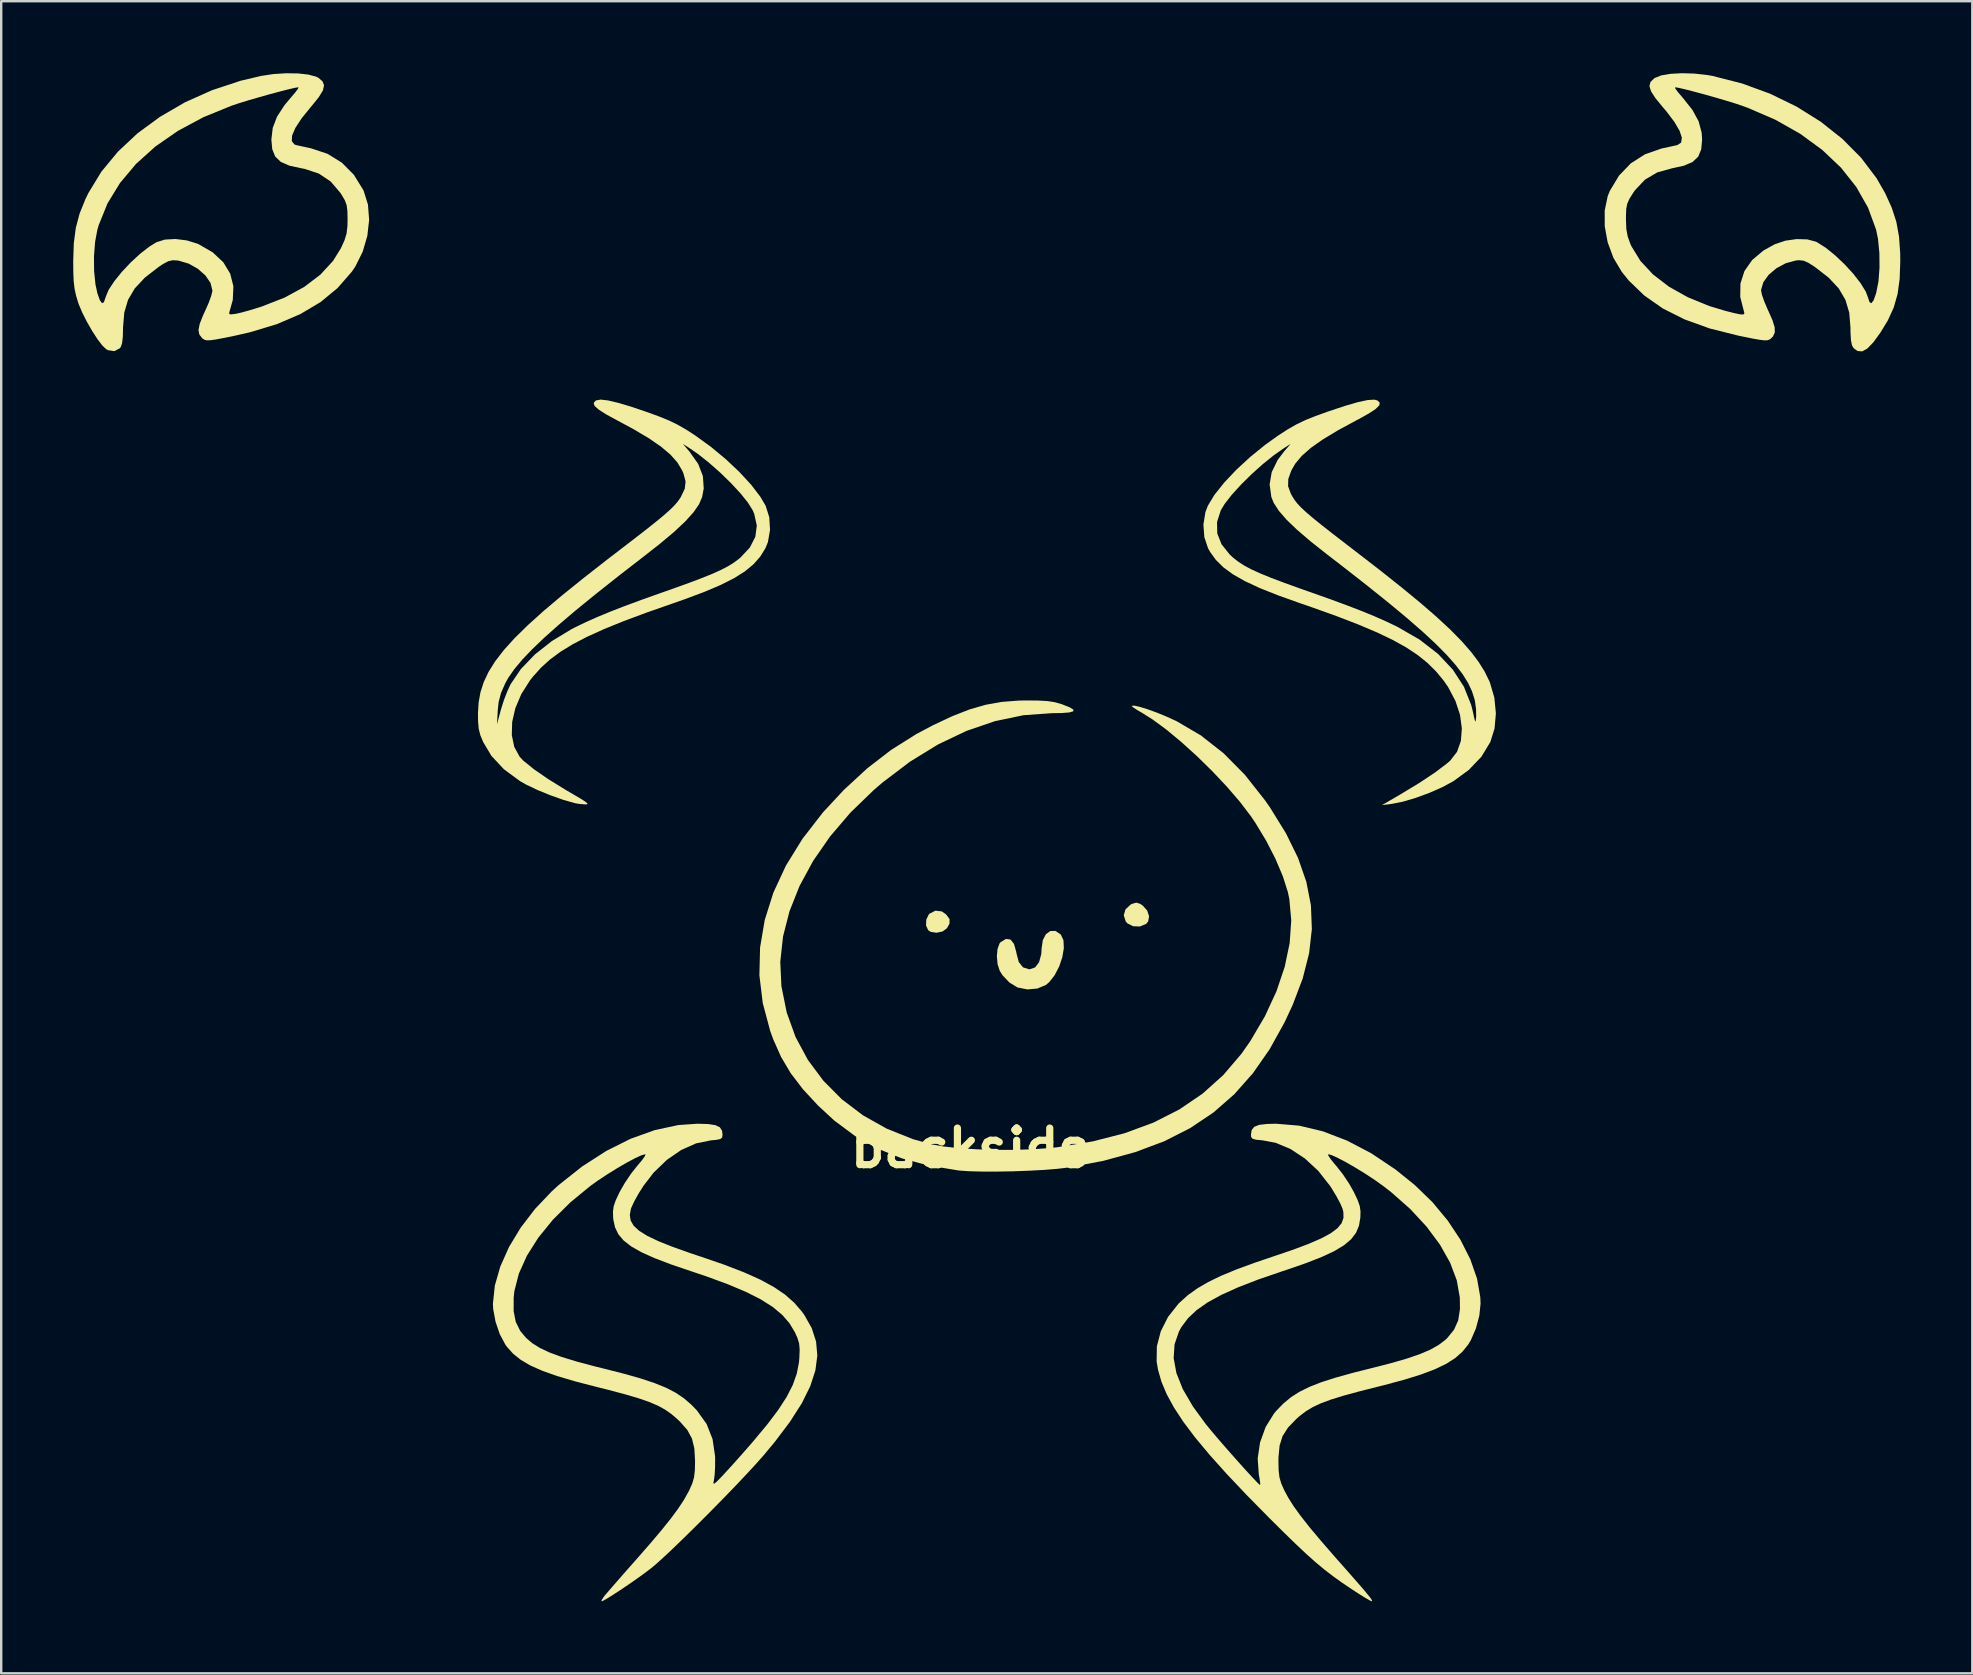
<source format=kicad_pcb>
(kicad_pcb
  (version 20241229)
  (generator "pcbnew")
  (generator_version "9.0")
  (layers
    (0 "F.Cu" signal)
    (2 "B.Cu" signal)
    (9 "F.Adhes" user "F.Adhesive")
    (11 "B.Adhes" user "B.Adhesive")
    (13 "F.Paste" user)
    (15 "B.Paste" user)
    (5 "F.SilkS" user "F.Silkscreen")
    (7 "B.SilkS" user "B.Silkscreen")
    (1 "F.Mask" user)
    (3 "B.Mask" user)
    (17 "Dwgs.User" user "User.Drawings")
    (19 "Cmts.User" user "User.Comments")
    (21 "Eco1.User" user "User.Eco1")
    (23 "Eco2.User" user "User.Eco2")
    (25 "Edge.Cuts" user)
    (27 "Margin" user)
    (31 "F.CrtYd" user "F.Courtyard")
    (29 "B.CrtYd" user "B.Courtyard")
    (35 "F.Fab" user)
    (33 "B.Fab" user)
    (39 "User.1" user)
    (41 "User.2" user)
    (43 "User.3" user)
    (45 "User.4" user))
  (footprint "backside"
    (layer "F.Cu")
    (at 37.38 44.78)
    (property "Reference" "backside" (at 0 0 0) (layer "F.SilkS") (effects (font (size 1.524 1.524) (thickness 0.3))))
    (attr board_only exclude_from_pos_files exclude_from_bom)
    (fp_poly (pts (xy -1.196 -9.861) (xy -1.016 -9.737) (xy -0.872 -9.541) (xy -0.874 -9.351) (xy -0.978 -9.163) (xy -1.161 -9.026) (xy -1.412 -8.972) (xy -1.653 -9.008) (xy -1.761 -9.076) (xy -1.851 -9.271) (xy -1.842 -9.517) (xy -1.74 -9.732) (xy -1.708 -9.766) (xy -1.459 -9.892)) (stroke (width 0) (type solid)) (fill yes) (layer "F.SilkS"))
    (fp_poly (pts (xy 7.07 -10.176) (xy 7.178 -10.103) (xy 7.362 -9.896) (xy 7.44 -9.658) (xy 7.402 -9.441) (xy 7.315 -9.339) (xy 7.054 -9.232) (xy 6.772 -9.244) (xy 6.536 -9.364) (xy 6.467 -9.444) (xy 6.385 -9.7) (xy 6.457 -9.946) (xy 6.667 -10.142) (xy 6.732 -10.176) (xy 6.91 -10.227)) (stroke (width 0) (type solid)) (fill yes) (layer "F.SilkS"))
    (fp_poly (pts (xy 3.756 -8.902) (xy 3.767 -8.891) (xy 3.874 -8.657) (xy 3.889 -8.33) (xy 3.825 -7.951) (xy 3.693 -7.561) (xy 3.505 -7.2) (xy 3.275 -6.908) (xy 3.136 -6.795) (xy 2.783 -6.647) (xy 2.369 -6.611) (xy 1.966 -6.692) (xy 1.947 -6.699) (xy 1.619 -6.901) (xy 1.331 -7.205) (xy 1.22 -7.383) (xy 1.13 -7.658) (xy 1.099 -7.982) (xy 1.126 -8.291) (xy 1.209 -8.524) (xy 1.256 -8.581) (xy 1.48 -8.715) (xy 1.669 -8.688) (xy 1.813 -8.505) (xy 1.907 -8.171) (xy 1.915 -8.118) (xy 2.012 -7.751) (xy 2.186 -7.531) (xy 2.442 -7.451) (xy 2.466 -7.451) (xy 2.693 -7.528) (xy 2.858 -7.746) (xy 2.949 -8.083) (xy 2.963 -8.317) (xy 3.012 -8.661) (xy 3.14 -8.909) (xy 3.324 -9.044) (xy 3.538 -9.048)) (stroke (width 0) (type solid)) (fill yes) (layer "F.SilkS"))
    (fp_poly (pts (xy 2.831 -18.645) (xy 3.21 -18.623) (xy 3.509 -18.577) (xy 3.772 -18.504) (xy 3.804 -18.493) (xy 4.122 -18.368) (xy 4.283 -18.271) (xy 4.284 -18.199) (xy 4.123 -18.151) (xy 3.798 -18.125) (xy 3.39 -18.119) (xy 2.21 -18.035) (xy 1.02 -17.787) (xy -0.172 -17.379) (xy -1.357 -16.814) (xy -2.525 -16.096) (xy -3.668 -15.228) (xy -4.025 -14.922) (xy -5.001 -13.978) (xy -5.845 -12.989) (xy -6.554 -11.967) (xy -7.121 -10.922) (xy -7.541 -9.865) (xy -7.811 -8.807) (xy -7.924 -7.758) (xy -7.877 -6.747) (xy -7.657 -5.654) (xy -7.287 -4.627) (xy -6.774 -3.675) (xy -6.129 -2.808) (xy -5.36 -2.034) (xy -4.477 -1.365) (xy -3.488 -0.809) (xy -2.403 -0.375) (xy -1.614 -0.155) (xy -1.107 -0.066) (xy -0.471 0.003) (xy 0.257 0.049) (xy 1.037 0.073) (xy 1.832 0.073) (xy 2.602 0.048) (xy 3.31 -0.003) (xy 3.638 -0.039) (xy 5.099 -0.281) (xy 6.426 -0.622) (xy 7.626 -1.065) (xy 8.705 -1.613) (xy 9.67 -2.27) (xy 10.529 -3.041) (xy 11.286 -3.927) (xy 11.658 -4.459) (xy 12.268 -5.497) (xy 12.747 -6.533) (xy 13.091 -7.554) (xy 13.298 -8.545) (xy 13.363 -9.491) (xy 13.283 -10.377) (xy 13.221 -10.669) (xy 13.013 -11.324) (xy 12.705 -12.051) (xy 12.32 -12.802) (xy 11.88 -13.532) (xy 11.67 -13.843) (xy 11.219 -14.433) (xy 10.679 -15.06) (xy 10.076 -15.7) (xy 9.439 -16.325) (xy 8.793 -16.91) (xy 8.168 -17.429) (xy 7.589 -17.856) (xy 7.172 -18.118) (xy 6.929 -18.261) (xy 6.764 -18.371) (xy 6.712 -18.424) (xy 6.712 -18.424) (xy 6.825 -18.433) (xy 7.06 -18.381) (xy 7.382 -18.281) (xy 7.76 -18.144) (xy 8.16 -17.98) (xy 8.551 -17.802) (xy 8.594 -17.781) (xy 9.597 -17.193) (xy 10.543 -16.45) (xy 11.434 -15.549) (xy 12.27 -14.489) (xy 12.483 -14.182) (xy 13.143 -13.114) (xy 13.645 -12.091) (xy 13.991 -11.095) (xy 14.183 -10.112) (xy 14.221 -9.124) (xy 14.107 -8.116) (xy 13.841 -7.07) (xy 13.424 -5.97) (xy 13.085 -5.241) (xy 12.46 -4.115) (xy 11.765 -3.118) (xy 10.989 -2.243) (xy 10.122 -1.484) (xy 9.154 -0.835) (xy 8.075 -0.287) (xy 6.874 0.164) (xy 5.542 0.528) (xy 4.068 0.809) (xy 4.067 0.809) (xy 3.631 0.862) (xy 3.077 0.907) (xy 2.446 0.941) (xy 1.776 0.966) (xy 1.11 0.978) (xy 0.487 0.977) (xy -0.053 0.963) (xy -0.469 0.934) (xy -0.508 0.929) (xy -1.749 0.725) (xy -2.865 0.425) (xy -3.878 0.018) (xy -4.81 -0.505) (xy -5.68 -1.153) (xy -6.35 -1.773) (xy -6.984 -2.458) (xy -7.489 -3.12) (xy -7.893 -3.802) (xy -8.222 -4.544) (xy -8.346 -4.888) (xy -8.654 -6.044) (xy -8.794 -7.2) (xy -8.766 -8.354) (xy -8.572 -9.502) (xy -8.212 -10.643) (xy -7.687 -11.772) (xy -6.999 -12.886) (xy -6.148 -13.984) (xy -5.271 -14.927) (xy -4.297 -15.825) (xy -3.307 -16.588) (xy -2.258 -17.248) (xy -1.566 -17.615) (xy -0.758 -17.994) (xy -0.038 -18.276) (xy 0.636 -18.47) (xy 1.305 -18.589) (xy 2.012 -18.644) (xy 2.328 -18.65)) (stroke (width 0) (type solid)) (fill yes) (layer "F.SilkS"))
    (fp_poly (pts (xy 16.948 -31.149) (xy 17.048 -31.058) (xy 17.031 -30.944) (xy 16.886 -30.797) (xy 16.605 -30.61) (xy 16.178 -30.372) (xy 16.073 -30.317) (xy 15.299 -29.898) (xy 14.672 -29.519) (xy 14.177 -29.17) (xy 13.801 -28.838) (xy 13.529 -28.513) (xy 13.369 -28.236) (xy 13.24 -27.879) (xy 13.231 -27.576) (xy 13.347 -27.259) (xy 13.415 -27.136) (xy 13.508 -26.992) (xy 13.626 -26.842) (xy 13.784 -26.676) (xy 13.997 -26.479) (xy 14.278 -26.24) (xy 14.644 -25.944) (xy 15.109 -25.579) (xy 15.689 -25.132) (xy 16.002 -24.892) (xy 17.045 -24.086) (xy 17.956 -23.363) (xy 18.744 -22.714) (xy 19.418 -22.13) (xy 19.989 -21.601) (xy 20.464 -21.118) (xy 20.855 -20.671) (xy 21.17 -20.253) (xy 21.42 -19.852) (xy 21.612 -19.461) (xy 21.642 -19.389) (xy 21.824 -18.766) (xy 21.888 -18.114) (xy 21.833 -17.483) (xy 21.658 -16.921) (xy 21.657 -16.919) (xy 21.283 -16.303) (xy 20.753 -15.75) (xy 20.117 -15.286) (xy 19.664 -15.04) (xy 19.121 -14.801) (xy 18.546 -14.59) (xy 18 -14.429) (xy 17.554 -14.341) (xy 17.145 -14.291) (xy 17.907 -14.734) (xy 18.691 -15.209) (xy 19.336 -15.636) (xy 19.834 -16.012) (xy 19.987 -16.144) (xy 20.269 -16.508) (xy 20.43 -16.964) (xy 20.47 -17.487) (xy 20.393 -18.053) (xy 20.2 -18.637) (xy 19.893 -19.215) (xy 19.706 -19.484) (xy 19.393 -19.861) (xy 19.04 -20.211) (xy 18.632 -20.54) (xy 18.155 -20.857) (xy 17.594 -21.169) (xy 16.933 -21.485) (xy 16.159 -21.813) (xy 15.256 -22.161) (xy 14.209 -22.536) (xy 13.716 -22.706) (xy 12.811 -23.029) (xy 12.056 -23.33) (xy 11.436 -23.618) (xy 10.935 -23.903) (xy 10.536 -24.195) (xy 10.224 -24.503) (xy 9.983 -24.836) (xy 9.896 -24.992) (xy 9.741 -25.457) (xy 9.704 -25.979) (xy 9.721 -26.082) (xy 10.271 -26.082) (xy 10.281 -25.608) (xy 10.459 -25.155) (xy 10.803 -24.725) (xy 10.94 -24.599) (xy 11.151 -24.433) (xy 11.393 -24.276) (xy 11.687 -24.117) (xy 12.054 -23.949) (xy 12.513 -23.761) (xy 13.086 -23.545) (xy 13.794 -23.29) (xy 14.055 -23.198) (xy 14.924 -22.89) (xy 15.657 -22.621) (xy 16.279 -22.382) (xy 16.816 -22.162) (xy 17.293 -21.952) (xy 17.735 -21.741) (xy 17.808 -21.705) (xy 18.715 -21.18) (xy 19.479 -20.588) (xy 20.094 -19.933) (xy 20.556 -19.221) (xy 20.861 -18.457) (xy 20.931 -18.174) (xy 20.99 -17.898) (xy 21.025 -17.775) (xy 21.046 -17.79) (xy 21.062 -17.932) (xy 21.067 -17.986) (xy 21.062 -18.286) (xy 21.016 -18.621) (xy 20.997 -18.706) (xy 20.89 -19.039) (xy 20.728 -19.381) (xy 20.504 -19.742) (xy 20.209 -20.129) (xy 19.836 -20.551) (xy 19.376 -21.015) (xy 18.82 -21.529) (xy 18.161 -22.102) (xy 17.391 -22.741) (xy 16.501 -23.454) (xy 15.483 -24.25) (xy 14.883 -24.712) (xy 14.174 -25.272) (xy 13.604 -25.76) (xy 13.163 -26.184) (xy 12.842 -26.555) (xy 12.631 -26.882) (xy 12.534 -27.123) (xy 12.462 -27.651) (xy 12.549 -28.163) (xy 12.799 -28.671) (xy 13.061 -29.017) (xy 13.335 -29.335) (xy 13.081 -29.175) (xy 12.644 -28.87) (xy 12.177 -28.494) (xy 11.71 -28.075) (xy 11.271 -27.641) (xy 10.888 -27.221) (xy 10.593 -26.843) (xy 10.429 -26.574) (xy 10.271 -26.082) (xy 9.721 -26.082) (xy 9.786 -26.492) (xy 9.888 -26.759) (xy 10.162 -27.213) (xy 10.564 -27.718) (xy 11.066 -28.251) (xy 11.645 -28.786) (xy 12.276 -29.298) (xy 12.827 -29.692) (xy 13.217 -29.944) (xy 13.572 -30.147) (xy 13.942 -30.324) (xy 14.376 -30.499) (xy 14.904 -30.689) (xy 15.594 -30.919) (xy 16.138 -31.077) (xy 16.545 -31.163) (xy 16.822 -31.181)) (stroke (width 0) (type solid)) (fill yes) (layer "F.SilkS"))
    (fp_poly (pts (xy -15.1 -31.148) (xy -14.66 -31.044) (xy -14.079 -30.868) (xy -13.55 -30.689) (xy -13.005 -30.493) (xy -12.574 -30.318) (xy -12.206 -30.14) (xy -11.851 -29.937) (xy -11.472 -29.692) (xy -10.817 -29.218) (xy -10.193 -28.7) (xy -9.624 -28.164) (xy -9.136 -27.634) (xy -8.754 -27.135) (xy -8.533 -26.759) (xy -8.382 -26.28) (xy -8.351 -25.756) (xy -8.438 -25.25) (xy -8.542 -24.992) (xy -8.757 -24.644) (xy -9.036 -24.327) (xy -9.395 -24.029) (xy -9.849 -23.742) (xy -10.416 -23.457) (xy -11.11 -23.163) (xy -11.947 -22.851) (xy -12.361 -22.706) (xy -13.474 -22.317) (xy -14.437 -21.959) (xy -15.264 -21.623) (xy -15.971 -21.303) (xy -16.573 -20.99) (xy -17.084 -20.676) (xy -17.52 -20.353) (xy -17.894 -20.013) (xy -18.222 -19.648) (xy -18.352 -19.484) (xy -18.712 -18.916) (xy -18.96 -18.332) (xy -19.093 -17.754) (xy -19.109 -17.208) (xy -19.007 -16.717) (xy -18.783 -16.306) (xy -18.632 -16.144) (xy -18.187 -15.784) (xy -17.597 -15.376) (xy -16.874 -14.929) (xy -16.556 -14.743) (xy -16.224 -14.549) (xy -16.027 -14.421) (xy -15.953 -14.349) (xy -15.986 -14.32) (xy -16.048 -14.318) (xy -16.294 -14.339) (xy -16.468 -14.368) (xy -16.952 -14.505) (xy -17.493 -14.696) (xy -18.031 -14.916) (xy -18.504 -15.14) (xy -18.763 -15.286) (xy -19.439 -15.784) (xy -19.958 -16.342) (xy -20.302 -16.919) (xy -20.419 -17.202) (xy -20.486 -17.465) (xy -20.503 -17.653) (xy -19.726 -17.653) (xy -19.56 -18.273) (xy -19.44 -18.655) (xy -19.291 -19.041) (xy -19.158 -19.326) (xy -18.729 -19.959) (xy -18.15 -20.563) (xy -17.441 -21.122) (xy -16.623 -21.618) (xy -16.454 -21.705) (xy -16.014 -21.917) (xy -15.545 -22.126) (xy -15.02 -22.343) (xy -14.414 -22.579) (xy -13.702 -22.842) (xy -12.857 -23.143) (xy -12.7 -23.198) (xy -11.945 -23.467) (xy -11.33 -23.695) (xy -10.836 -23.891) (xy -10.442 -24.064) (xy -10.127 -24.225) (xy -9.87 -24.382) (xy -9.652 -24.544) (xy -9.586 -24.599) (xy -9.191 -25.021) (xy -8.963 -25.468) (xy -8.902 -25.936) (xy -9.009 -26.423) (xy -9.074 -26.574) (xy -9.273 -26.893) (xy -9.583 -27.278) (xy -9.975 -27.702) (xy -10.42 -28.135) (xy -10.889 -28.55) (xy -11.353 -28.918) (xy -11.726 -29.175) (xy -11.98 -29.335) (xy -11.707 -29.017) (xy -11.345 -28.506) (xy -11.148 -27.998) (xy -11.113 -27.482) (xy -11.18 -27.123) (xy -11.307 -26.824) (xy -11.538 -26.49) (xy -11.881 -26.109) (xy -12.345 -25.674) (xy -12.941 -25.174) (xy -13.529 -24.712) (xy -14.626 -23.862) (xy -15.59 -23.099) (xy -16.429 -22.416) (xy -17.149 -21.805) (xy -17.759 -21.261) (xy -18.266 -20.776) (xy -18.678 -20.343) (xy -19.003 -19.955) (xy -19.247 -19.605) (xy -19.377 -19.374) (xy -19.559 -18.96) (xy -19.658 -18.58) (xy -19.694 -18.231) (xy -19.726 -17.653) (xy -20.503 -17.653) (xy -20.514 -17.775) (xy -20.518 -18.119) (xy -20.491 -18.56) (xy -20.415 -18.988) (xy -20.279 -19.411) (xy -20.078 -19.839) (xy -19.801 -20.281) (xy -19.442 -20.746) (xy -18.993 -21.243) (xy -18.444 -21.782) (xy -17.789 -22.373) (xy -17.019 -23.023) (xy -16.126 -23.743) (xy -15.103 -24.543) (xy -14.647 -24.892) (xy -14.01 -25.382) (xy -13.493 -25.783) (xy -13.083 -26.109) (xy -12.764 -26.374) (xy -12.521 -26.589) (xy -12.34 -26.768) (xy -12.205 -26.923) (xy -12.102 -27.069) (xy -12.06 -27.136) (xy -11.902 -27.473) (xy -11.869 -27.774) (xy -11.957 -28.105) (xy -12.015 -28.236) (xy -12.21 -28.564) (xy -12.498 -28.889) (xy -12.891 -29.222) (xy -13.405 -29.576) (xy -14.054 -29.96) (xy -14.718 -30.317) (xy -15.176 -30.566) (xy -15.486 -30.763) (xy -15.657 -30.917) (xy -15.7 -31.037) (xy -15.623 -31.132) (xy -15.593 -31.149) (xy -15.409 -31.183)) (stroke (width 0) (type solid)) (fill yes) (layer "F.SilkS"))
    (fp_poly (pts (xy 30.155 -44.765) (xy 30.681 -44.707) (xy 30.914 -44.666) (xy 32.144 -44.353) (xy 33.316 -43.924) (xy 34.413 -43.39) (xy 35.42 -42.76) (xy 36.321 -42.046) (xy 37.102 -41.259) (xy 37.745 -40.408) (xy 38.101 -39.79) (xy 38.38 -39.176) (xy 38.57 -38.591) (xy 38.682 -37.98) (xy 38.731 -37.286) (xy 38.735 -36.957) (xy 38.709 -36.21) (xy 38.622 -35.579) (xy 38.462 -35.018) (xy 38.216 -34.48) (xy 37.908 -33.976) (xy 37.611 -33.567) (xy 37.361 -33.308) (xy 37.146 -33.191) (xy 36.952 -33.208) (xy 36.794 -33.322) (xy 36.723 -33.443) (xy 36.68 -33.652) (xy 36.661 -33.983) (xy 36.659 -34.19) (xy 36.609 -34.804) (xy 36.451 -35.336) (xy 36.172 -35.813) (xy 35.755 -36.26) (xy 35.185 -36.703) (xy 35.179 -36.707) (xy 34.907 -36.882) (xy 34.707 -36.969) (xy 34.519 -36.99) (xy 34.378 -36.977) (xy 33.962 -36.863) (xy 33.576 -36.656) (xy 33.254 -36.383) (xy 33.03 -36.074) (xy 32.937 -35.758) (xy 32.936 -35.727) (xy 32.971 -35.55) (xy 33.066 -35.277) (xy 33.201 -34.959) (xy 33.232 -34.895) (xy 33.412 -34.487) (xy 33.503 -34.191) (xy 33.507 -33.976) (xy 33.429 -33.812) (xy 33.364 -33.744) (xy 33.292 -33.688) (xy 33.206 -33.656) (xy 33.077 -33.651) (xy 32.877 -33.674) (xy 32.578 -33.727) (xy 32.15 -33.814) (xy 31.988 -33.847) (xy 30.798 -34.146) (xy 29.753 -34.522) (xy 28.847 -34.977) (xy 28.072 -35.517) (xy 27.421 -36.146) (xy 27.13 -36.508) (xy 26.782 -37.094) (xy 26.544 -37.739) (xy 26.422 -38.406) (xy 26.422 -38.7) (xy 27.306 -38.7) (xy 27.322 -38.294) (xy 27.38 -37.974) (xy 27.494 -37.66) (xy 27.533 -37.574) (xy 27.908 -36.961) (xy 28.435 -36.396) (xy 29.098 -35.887) (xy 29.885 -35.446) (xy 30.781 -35.08) (xy 31.441 -34.881) (xy 31.822 -34.785) (xy 32.065 -34.734) (xy 32.196 -34.729) (xy 32.24 -34.768) (xy 32.223 -34.851) (xy 32.222 -34.855) (xy 32.068 -35.456) (xy 32.076 -36.02) (xy 32.243 -36.537) (xy 32.565 -36.998) (xy 33.038 -37.396) (xy 33.513 -37.658) (xy 33.949 -37.803) (xy 34.418 -37.87) (xy 34.863 -37.857) (xy 35.226 -37.76) (xy 35.264 -37.741) (xy 35.632 -37.507) (xy 36.027 -37.188) (xy 36.419 -36.815) (xy 36.781 -36.42) (xy 37.082 -36.032) (xy 37.296 -35.684) (xy 37.383 -35.455) (xy 37.453 -35.244) (xy 37.532 -35.198) (xy 37.622 -35.318) (xy 37.726 -35.606) (xy 37.73 -35.621) (xy 37.826 -36.101) (xy 37.87 -36.68) (xy 37.864 -37.291) (xy 37.807 -37.872) (xy 37.728 -38.262) (xy 37.392 -39.178) (xy 36.901 -40.043) (xy 36.262 -40.848) (xy 35.482 -41.587) (xy 34.57 -42.254) (xy 33.532 -42.841) (xy 32.376 -43.341) (xy 32.132 -43.429) (xy 31.828 -43.53) (xy 31.441 -43.648) (xy 31.007 -43.775) (xy 30.561 -43.901) (xy 30.137 -44.015) (xy 29.771 -44.109) (xy 29.497 -44.172) (xy 29.35 -44.195) (xy 29.366 -44.139) (xy 29.475 -43.99) (xy 29.654 -43.779) (xy 29.675 -43.755) (xy 30.077 -43.249) (xy 30.335 -42.774) (xy 30.461 -42.301) (xy 30.48 -42.016) (xy 30.442 -41.609) (xy 30.317 -41.304) (xy 30.083 -41.083) (xy 29.721 -40.927) (xy 29.224 -40.818) (xy 28.609 -40.647) (xy 28.099 -40.346) (xy 27.684 -39.907) (xy 27.615 -39.809) (xy 27.454 -39.553) (xy 27.361 -39.347) (xy 27.318 -39.125) (xy 27.307 -38.821) (xy 27.306 -38.7) (xy 26.422 -38.7) (xy 26.421 -39.058) (xy 26.546 -39.657) (xy 26.633 -39.875) (xy 27.016 -40.512) (xy 27.508 -41.024) (xy 28.102 -41.403) (xy 28.786 -41.642) (xy 28.833 -41.652) (xy 29.119 -41.714) (xy 29.365 -41.768) (xy 29.443 -41.785) (xy 29.604 -41.888) (xy 29.636 -42.089) (xy 29.542 -42.379) (xy 29.325 -42.751) (xy 28.988 -43.195) (xy 28.839 -43.37) (xy 28.533 -43.743) (xy 28.35 -44.027) (xy 28.285 -44.244) (xy 28.33 -44.416) (xy 28.482 -44.564) (xy 28.512 -44.584) (xy 28.774 -44.688) (xy 29.162 -44.754) (xy 29.636 -44.78)) (stroke (width 0) (type solid)) (fill yes) (layer "F.SilkS"))
    (fp_poly (pts (xy -28.016 -44.771) (xy -27.584 -44.723) (xy -27.259 -44.636) (xy -27.157 -44.584) (xy -26.991 -44.438) (xy -26.93 -44.271) (xy -26.979 -44.061) (xy -27.146 -43.787) (xy -27.434 -43.428) (xy -27.485 -43.37) (xy -27.863 -42.902) (xy -28.124 -42.503) (xy -28.262 -42.183) (xy -28.275 -41.949) (xy -28.161 -41.81) (xy -28.088 -41.785) (xy -27.893 -41.742) (xy -27.615 -41.682) (xy -27.478 -41.652) (xy -26.788 -41.423) (xy -26.189 -41.053) (xy -25.689 -40.549) (xy -25.299 -39.919) (xy -25.278 -39.875) (xy -25.101 -39.306) (xy -25.052 -38.671) (xy -25.127 -38.006) (xy -25.319 -37.347) (xy -25.624 -36.733) (xy -25.776 -36.508) (xy -26.365 -35.832) (xy -27.074 -35.247) (xy -27.912 -34.748) (xy -28.883 -34.331) (xy -29.997 -33.993) (xy -30.633 -33.847) (xy -31.106 -33.75) (xy -31.442 -33.687) (xy -31.67 -33.655) (xy -31.817 -33.652) (xy -31.913 -33.676) (xy -31.987 -33.725) (xy -32.009 -33.744) (xy -32.126 -33.894) (xy -32.161 -34.081) (xy -32.111 -34.336) (xy -31.973 -34.687) (xy -31.877 -34.895) (xy -31.736 -35.214) (xy -31.632 -35.501) (xy -31.583 -35.702) (xy -31.581 -35.727) (xy -31.66 -36.043) (xy -31.872 -36.354) (xy -32.186 -36.631) (xy -32.567 -36.847) (xy -32.982 -36.97) (xy -33.024 -36.977) (xy -33.235 -36.989) (xy -33.42 -36.947) (xy -33.64 -36.83) (xy -33.824 -36.707) (xy -34.396 -36.264) (xy -34.814 -35.817) (xy -35.095 -35.341) (xy -35.253 -34.809) (xy -35.304 -34.196) (xy -35.304 -34.19) (xy -35.314 -33.791) (xy -35.345 -33.529) (xy -35.402 -33.37) (xy -35.439 -33.322) (xy -35.665 -33.202) (xy -35.928 -33.242) (xy -35.999 -33.278) (xy -36.158 -33.425) (xy -36.361 -33.689) (xy -36.585 -34.033) (xy -36.806 -34.417) (xy -37.002 -34.805) (xy -37.15 -35.157) (xy -37.174 -35.226) (xy -37.264 -35.527) (xy -37.324 -35.806) (xy -37.36 -36.113) (xy -37.376 -36.496) (xy -37.38 -36.957) (xy -37.373 -37.158) (xy -36.515 -37.158) (xy -36.51 -36.548) (xy -36.454 -35.986) (xy -36.375 -35.621) (xy -36.271 -35.326) (xy -36.181 -35.199) (xy -36.102 -35.239) (xy -36.031 -35.444) (xy -36.029 -35.455) (xy -35.907 -35.75) (xy -35.673 -36.108) (xy -35.357 -36.5) (xy -34.987 -36.893) (xy -34.592 -37.258) (xy -34.2 -37.562) (xy -33.909 -37.741) (xy -33.56 -37.849) (xy -33.122 -37.873) (xy -32.653 -37.816) (xy -32.21 -37.68) (xy -32.158 -37.658) (xy -31.569 -37.317) (xy -31.128 -36.905) (xy -30.84 -36.43) (xy -30.706 -35.902) (xy -30.733 -35.329) (xy -30.869 -34.849) (xy -30.886 -34.758) (xy -30.813 -34.731) (xy -30.614 -34.756) (xy -30.597 -34.759) (xy -30.367 -34.811) (xy -30.035 -34.903) (xy -29.66 -35.017) (xy -29.512 -35.065) (xy -28.57 -35.434) (xy -27.758 -35.876) (xy -27.084 -36.387) (xy -26.556 -36.96) (xy -26.228 -37.489) (xy -26.076 -37.825) (xy -25.991 -38.104) (xy -25.956 -38.408) (xy -25.95 -38.698) (xy -25.957 -39.042) (xy -25.989 -39.283) (xy -26.064 -39.487) (xy -26.202 -39.721) (xy -26.261 -39.809) (xy -26.659 -40.274) (xy -27.15 -40.6) (xy -27.745 -40.796) (xy -27.869 -40.818) (xy -28.375 -40.929) (xy -28.734 -41.087) (xy -28.966 -41.31) (xy -29.089 -41.617) (xy -29.125 -42.016) (xy -29.068 -42.501) (xy -28.888 -42.971) (xy -28.572 -43.456) (xy -28.321 -43.755) (xy -28.136 -43.971) (xy -28.019 -44.128) (xy -27.992 -44.195) (xy -27.996 -44.195) (xy -28.144 -44.172) (xy -28.418 -44.108) (xy -28.785 -44.014) (xy -29.21 -43.9) (xy -29.656 -43.774) (xy -30.09 -43.648) (xy -30.476 -43.529) (xy -30.777 -43.429) (xy -31.955 -42.948) (xy -33.018 -42.378) (xy -33.956 -41.727) (xy -34.763 -41.001) (xy -35.43 -40.208) (xy -35.952 -39.355) (xy -36.319 -38.449) (xy -36.373 -38.262) (xy -36.469 -37.751) (xy -36.515 -37.158) (xy -37.373 -37.158) (xy -37.355 -37.702) (xy -37.271 -38.341) (xy -37.115 -38.93) (xy -36.875 -39.525) (xy -36.747 -39.79) (xy -36.206 -40.678) (xy -35.518 -41.511) (xy -34.699 -42.277) (xy -33.762 -42.965) (xy -32.726 -43.567) (xy -31.604 -44.069) (xy -30.412 -44.464) (xy -29.559 -44.666) (xy -29.044 -44.744) (xy -28.516 -44.778)) (stroke (width 0) (type solid)) (fill yes) (layer "F.SilkS"))
    (fp_poly (pts (xy 13.691 -0.936) (xy 14.682 -0.699) (xy 15.691 -0.311) (xy 16.703 0.22) (xy 17.705 0.89) (xy 18.515 1.543) (xy 19.248 2.255) (xy 19.884 3.021) (xy 20.413 3.82) (xy 20.823 4.632) (xy 21.102 5.434) (xy 21.238 6.206) (xy 21.25 6.48) (xy 21.198 6.981) (xy 21.055 7.514) (xy 20.846 7.999) (xy 20.733 8.185) (xy 20.495 8.48) (xy 20.198 8.743) (xy 19.825 8.983) (xy 19.359 9.208) (xy 18.783 9.426) (xy 18.078 9.646) (xy 17.228 9.875) (xy 16.933 9.948) (xy 16.158 10.145) (xy 15.527 10.317) (xy 15.016 10.476) (xy 14.603 10.629) (xy 14.267 10.786) (xy 13.983 10.956) (xy 13.729 11.147) (xy 13.573 11.284) (xy 13.226 11.645) (xy 13.002 11.995) (xy 12.878 12.389) (xy 12.831 12.877) (xy 12.829 13.039) (xy 12.838 13.43) (xy 12.872 13.719) (xy 12.946 13.971) (xy 13.07 14.252) (xy 13.245 14.575) (xy 13.469 14.928) (xy 13.758 15.327) (xy 14.123 15.791) (xy 14.579 16.335) (xy 15.137 16.979) (xy 15.282 17.143) (xy 15.741 17.662) (xy 16.098 18.069) (xy 16.364 18.376) (xy 16.549 18.596) (xy 16.665 18.743) (xy 16.722 18.83) (xy 16.731 18.87) (xy 16.711 18.877) (xy 16.614 18.832) (xy 16.409 18.712) (xy 16.13 18.537) (xy 15.905 18.39) (xy 15.487 18.109) (xy 15.108 17.838) (xy 14.746 17.56) (xy 14.379 17.254) (xy 13.984 16.901) (xy 13.539 16.482) (xy 13.02 15.977) (xy 12.448 15.409) (xy 11.493 14.439) (xy 10.665 13.563) (xy 9.956 12.772) (xy 9.359 12.055) (xy 8.868 11.402) (xy 8.475 10.804) (xy 8.173 10.25) (xy 7.955 9.731) (xy 7.814 9.237) (xy 7.755 8.89) (xy 7.757 8.751) (xy 8.464 8.751) (xy 8.579 9.371) (xy 8.845 10.04) (xy 9.266 10.763) (xy 9.803 11.498) (xy 10.01 11.75) (xy 10.273 12.062) (xy 10.574 12.41) (xy 10.892 12.772) (xy 11.207 13.127) (xy 11.5 13.452) (xy 11.752 13.725) (xy 11.942 13.924) (xy 12.051 14.028) (xy 12.068 14.037) (xy 12.068 13.947) (xy 12.04 13.745) (xy 12.011 13.589) (xy 11.965 12.931) (xy 12.064 12.259) (xy 12.296 11.618) (xy 12.647 11.053) (xy 12.747 10.935) (xy 13.037 10.638) (xy 13.348 10.381) (xy 13.7 10.154) (xy 14.116 9.948) (xy 14.616 9.752) (xy 15.222 9.558) (xy 15.957 9.355) (xy 16.667 9.176) (xy 17.492 8.966) (xy 18.168 8.771) (xy 18.714 8.584) (xy 19.152 8.398) (xy 19.498 8.204) (xy 19.774 7.996) (xy 19.866 7.909) (xy 20.147 7.562) (xy 20.318 7.176) (xy 20.391 6.712) (xy 20.385 6.223) (xy 20.259 5.51) (xy 19.98 4.77) (xy 19.556 4.018) (xy 18.998 3.268) (xy 18.317 2.534) (xy 17.521 1.831) (xy 17.187 1.573) (xy 16.826 1.316) (xy 16.425 1.053) (xy 16.014 0.801) (xy 15.624 0.577) (xy 15.287 0.4) (xy 15.031 0.287) (xy 14.903 0.254) (xy 14.907 0.311) (xy 15.007 0.462) (xy 15.182 0.677) (xy 15.238 0.741) (xy 15.504 1.077) (xy 15.774 1.48) (xy 15.975 1.837) (xy 16.132 2.171) (xy 16.218 2.42) (xy 16.249 2.644) (xy 16.24 2.905) (xy 16.239 2.911) (xy 16.183 3.237) (xy 16.061 3.529) (xy 15.86 3.794) (xy 15.566 4.043) (xy 15.165 4.285) (xy 14.643 4.53) (xy 13.986 4.788) (xy 13.18 5.068) (xy 12.996 5.128) (xy 11.999 5.47) (xy 11.157 5.795) (xy 10.455 6.112) (xy 9.881 6.426) (xy 9.422 6.748) (xy 9.065 7.083) (xy 8.795 7.441) (xy 8.686 7.637) (xy 8.501 8.175) (xy 8.464 8.751) (xy 7.757 8.751) (xy 7.764 8.262) (xy 7.927 7.633) (xy 8.232 7.029) (xy 8.668 6.477) (xy 9.059 6.123) (xy 9.448 5.845) (xy 9.901 5.581) (xy 10.439 5.32) (xy 11.083 5.053) (xy 11.855 4.77) (xy 12.573 4.527) (xy 13.4 4.246) (xy 14.074 3.994) (xy 14.605 3.764) (xy 15.006 3.548) (xy 15.287 3.338) (xy 15.462 3.126) (xy 15.54 2.904) (xy 15.534 2.665) (xy 15.503 2.537) (xy 15.41 2.315) (xy 15.248 2.01) (xy 15.047 1.677) (xy 14.977 1.569) (xy 14.489 0.949) (xy 13.932 0.433) (xy 13.331 0.037) (xy 12.711 -0.222) (xy 12.171 -0.323) (xy 11.895 -0.35) (xy 11.749 -0.391) (xy 11.692 -0.465) (xy 11.684 -0.554) (xy 11.714 -0.752) (xy 11.819 -0.886) (xy 12.024 -0.968) (xy 12.353 -1.007) (xy 12.732 -1.016)) (stroke (width 0) (type solid)) (fill yes) (layer "F.SilkS"))
    (fp_poly (pts (xy -10.929 -1.003) (xy -10.624 -0.956) (xy -10.439 -0.866) (xy -10.349 -0.721) (xy -10.329 -0.554) (xy -10.346 -0.443) (xy -10.421 -0.378) (xy -10.596 -0.343) (xy -10.816 -0.323) (xy -11.434 -0.197) (xy -12.054 0.08) (xy -12.65 0.491) (xy -13.2 1.021) (xy -13.622 1.569) (xy -13.83 1.899) (xy -14.008 2.22) (xy -14.127 2.476) (xy -14.149 2.537) (xy -14.192 2.788) (xy -14.157 3.018) (xy -14.032 3.234) (xy -13.805 3.444) (xy -13.464 3.656) (xy -12.999 3.878) (xy -12.397 4.118) (xy -11.647 4.384) (xy -11.218 4.527) (xy -10.252 4.859) (xy -9.436 5.174) (xy -8.754 5.48) (xy -8.188 5.788) (xy -7.721 6.106) (xy -7.338 6.445) (xy -7.021 6.814) (xy -6.924 6.949) (xy -6.615 7.496) (xy -6.433 8.057) (xy -6.381 8.642) (xy -6.461 9.26) (xy -6.676 9.92) (xy -7.028 10.631) (xy -7.521 11.402) (xy -8.156 12.243) (xy -8.606 12.784) (xy -8.937 13.158) (xy -9.35 13.605) (xy -9.824 14.106) (xy -10.34 14.639) (xy -10.876 15.184) (xy -11.412 15.721) (xy -11.927 16.228) (xy -12.401 16.686) (xy -12.814 17.073) (xy -13.145 17.369) (xy -13.296 17.494) (xy -13.562 17.697) (xy -13.887 17.931) (xy -14.24 18.177) (xy -14.59 18.413) (xy -14.909 18.62) (xy -15.166 18.779) (xy -15.33 18.868) (xy -15.37 18.881) (xy -15.363 18.824) (xy -15.269 18.683) (xy -15.23 18.633) (xy -15.111 18.493) (xy -14.901 18.251) (xy -14.622 17.931) (xy -14.295 17.558) (xy -13.94 17.157) (xy -13.928 17.143) (xy -13.343 16.474) (xy -12.865 15.908) (xy -12.48 15.428) (xy -12.175 15.015) (xy -11.937 14.653) (xy -11.752 14.325) (xy -11.716 14.252) (xy -11.59 13.97) (xy -11.517 13.718) (xy -11.483 13.428) (xy -11.474 13.039) (xy -11.503 12.514) (xy -11.603 12.1) (xy -11.797 11.742) (xy -12.107 11.39) (xy -12.219 11.284) (xy -12.465 11.074) (xy -12.727 10.892) (xy -13.027 10.728) (xy -13.389 10.573) (xy -13.835 10.419) (xy -14.387 10.257) (xy -15.069 10.076) (xy -15.579 9.948) (xy -16.477 9.715) (xy -17.225 9.494) (xy -17.839 9.276) (xy -18.337 9.054) (xy -18.737 8.819) (xy -19.055 8.564) (xy -19.31 8.28) (xy -19.378 8.185) (xy -19.61 7.75) (xy -19.787 7.23) (xy -19.869 6.786) (xy -19.032 6.786) (xy -18.945 7.236) (xy -18.759 7.614) (xy -18.512 7.909) (xy -18.259 8.125) (xy -17.942 8.323) (xy -17.542 8.512) (xy -17.041 8.697) (xy -16.418 8.888) (xy -15.654 9.092) (xy -15.313 9.176) (xy -14.458 9.393) (xy -13.748 9.594) (xy -13.162 9.788) (xy -12.679 9.984) (xy -12.277 10.194) (xy -11.934 10.425) (xy -11.629 10.689) (xy -11.392 10.935) (xy -10.994 11.492) (xy -10.746 12.119) (xy -10.641 12.829) (xy -10.637 12.954) (xy -10.641 13.304) (xy -10.659 13.621) (xy -10.689 13.838) (xy -10.69 13.843) (xy -10.711 13.956) (xy -10.686 13.985) (xy -10.597 13.919) (xy -10.423 13.745) (xy -10.276 13.589) (xy -10.029 13.32) (xy -9.713 12.969) (xy -9.371 12.582) (xy -9.058 12.223) (xy -8.475 11.524) (xy -8.012 10.911) (xy -7.659 10.366) (xy -7.404 9.868) (xy -7.237 9.398) (xy -7.147 8.936) (xy -7.13 8.749) (xy -7.116 8.397) (xy -7.138 8.141) (xy -7.209 7.906) (xy -7.318 7.666) (xy -7.543 7.292) (xy -7.845 6.945) (xy -8.238 6.618) (xy -8.734 6.303) (xy -9.349 5.992) (xy -10.095 5.677) (xy -10.985 5.349) (xy -11.642 5.128) (xy -12.48 4.843) (xy -13.166 4.581) (xy -13.715 4.334) (xy -14.139 4.092) (xy -14.454 3.845) (xy -14.672 3.584) (xy -14.809 3.299) (xy -14.878 2.98) (xy -14.885 2.911) (xy -14.895 2.648) (xy -14.865 2.424) (xy -14.78 2.177) (xy -14.625 1.845) (xy -14.621 1.837) (xy -14.404 1.455) (xy -14.133 1.054) (xy -13.884 0.741) (xy -13.692 0.513) (xy -13.57 0.343) (xy -13.539 0.258) (xy -13.548 0.254) (xy -13.71 0.299) (xy -13.98 0.424) (xy -14.328 0.609) (xy -14.722 0.839) (xy -15.134 1.094) (xy -15.531 1.357) (xy -15.833 1.573) (xy -16.669 2.26) (xy -17.396 2.983) (xy -18.003 3.729) (xy -18.479 4.482) (xy -18.815 5.229) (xy -19.001 5.954) (xy -19.03 6.223) (xy -19.032 6.786) (xy -19.869 6.786) (xy -19.884 6.704) (xy -19.895 6.48) (xy -19.815 5.725) (xy -19.587 4.931) (xy -19.225 4.12) (xy -18.738 3.314) (xy -18.14 2.533) (xy -17.442 1.799) (xy -17.161 1.543) (xy -16.179 0.765) (xy -15.175 0.119) (xy -14.162 -0.388) (xy -13.155 -0.75) (xy -12.169 -0.961) (xy -11.378 -1.016)) (stroke (width 0) (type solid)) (fill yes) (layer "F.SilkS")))
  (gr_rect
    (start -3 -3)
    (end 79.115 66.66)
    (stroke (width 0.1) (type default))
    (fill no)
    (layer "Edge.Cuts")))
</source>
